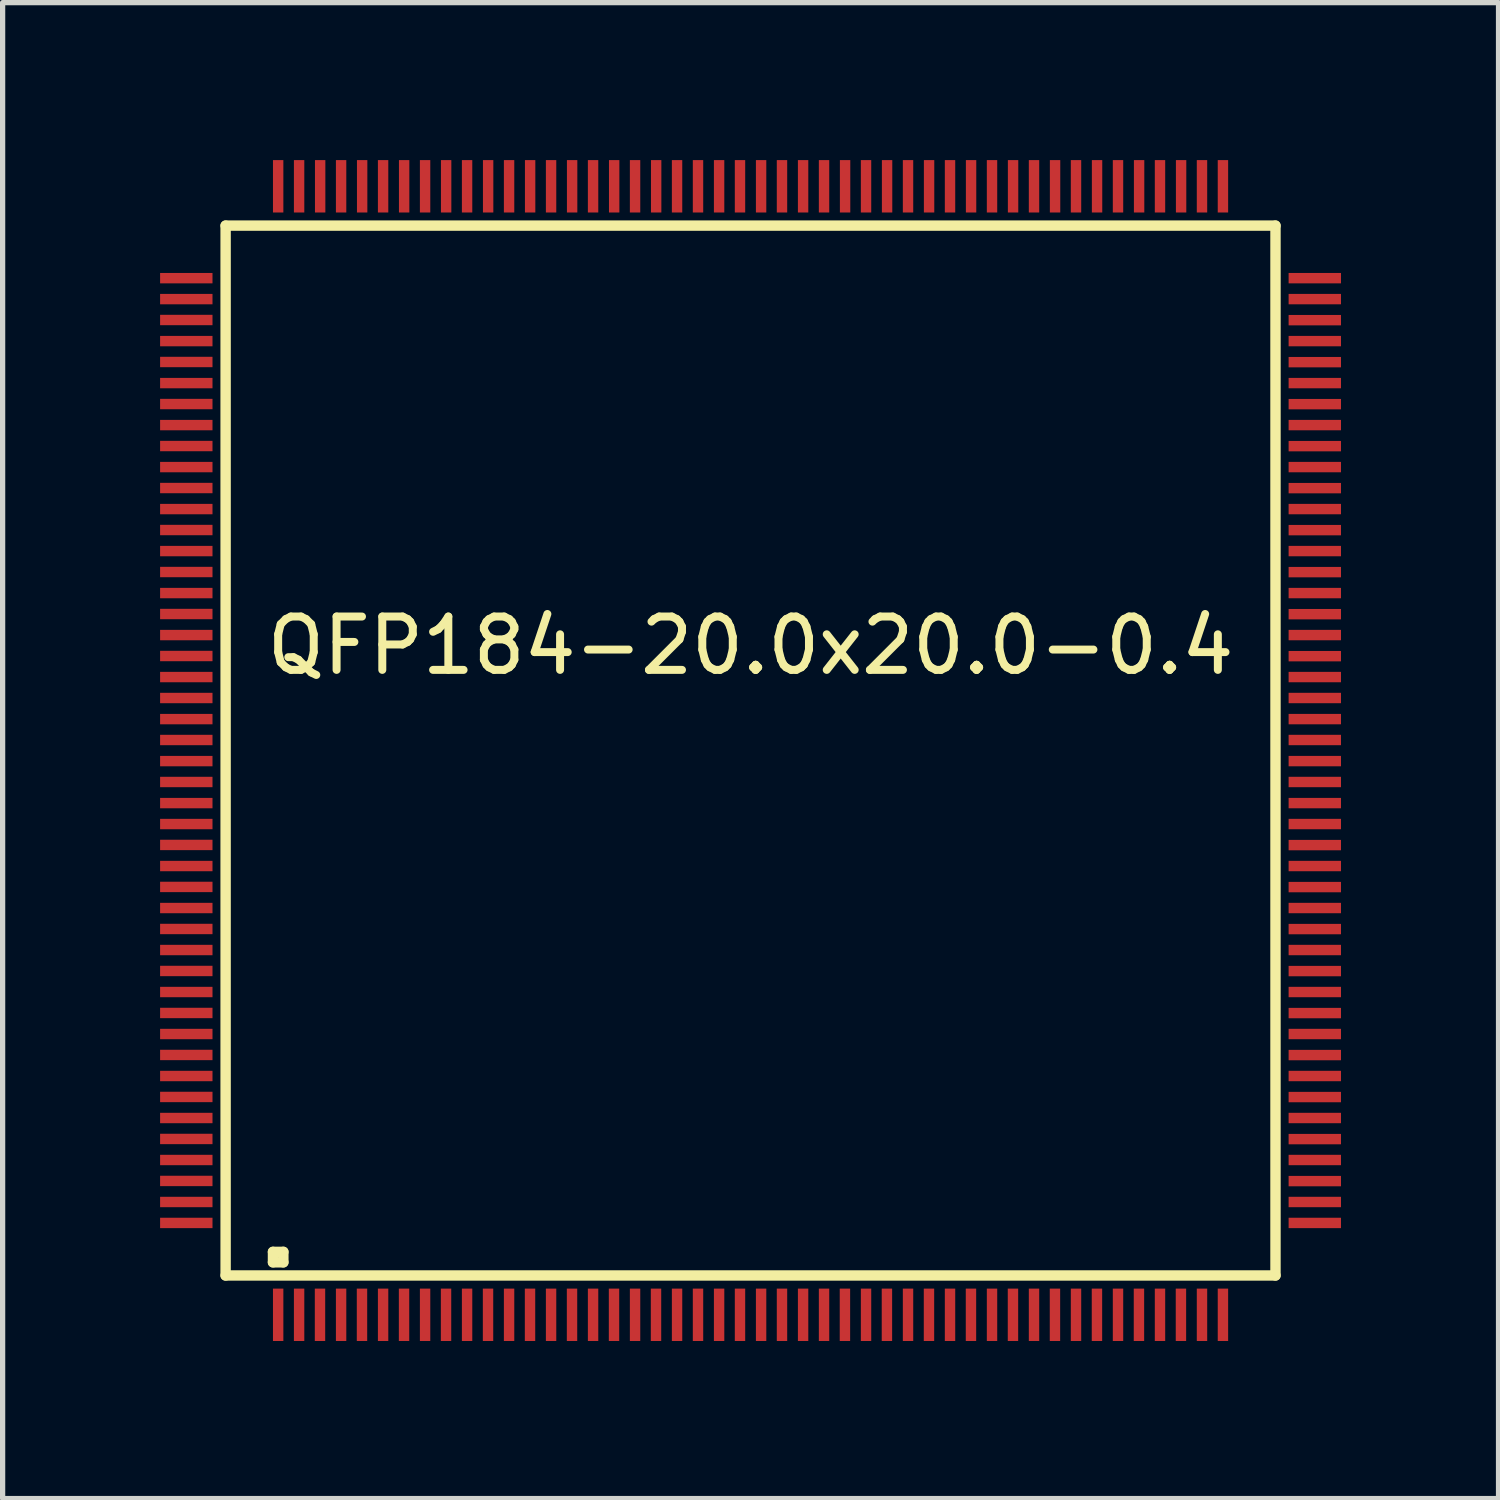
<source format=kicad_pcb>
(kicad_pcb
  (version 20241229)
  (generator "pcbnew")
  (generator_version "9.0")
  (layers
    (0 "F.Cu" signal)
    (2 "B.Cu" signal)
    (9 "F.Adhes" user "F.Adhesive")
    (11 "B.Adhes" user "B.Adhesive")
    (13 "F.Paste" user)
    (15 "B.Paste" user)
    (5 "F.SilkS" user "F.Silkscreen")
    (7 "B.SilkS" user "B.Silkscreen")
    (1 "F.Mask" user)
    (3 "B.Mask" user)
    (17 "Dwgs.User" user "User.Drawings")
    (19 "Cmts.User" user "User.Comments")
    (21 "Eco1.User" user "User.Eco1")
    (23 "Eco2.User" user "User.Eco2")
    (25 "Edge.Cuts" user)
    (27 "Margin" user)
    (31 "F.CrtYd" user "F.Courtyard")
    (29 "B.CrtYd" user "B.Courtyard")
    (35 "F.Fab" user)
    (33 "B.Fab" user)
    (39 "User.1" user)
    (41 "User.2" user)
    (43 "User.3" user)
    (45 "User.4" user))
  (footprint "QFP184-20.0x20.0-0.4"
    (layer "F.Cu")
    (at 11.248 11.248)
    (property "Reference" "QFP184-20.0x20.0-0.4" (at 0 -1.999 0) (layer "F.SilkS") (effects (font (size 1.016 1.016) (thickness 0.152))))
    (attr through_hole)
    (fp_line (start -10 -10) (end 10 -10) (stroke (width 0.198) (type solid)) (layer "F.SilkS"))
    (fp_line (start -10 10) (end -10 -10) (stroke (width 0.198) (type solid)) (layer "F.SilkS"))
    (fp_line (start -9.098 9.55) (end -8.9 9.55) (stroke (width 0.198) (type solid)) (layer "F.SilkS"))
    (fp_line (start -9.098 9.749) (end -9.098 9.55) (stroke (width 0.198) (type solid)) (layer "F.SilkS"))
    (fp_line (start -8.9 9.55) (end -8.9 9.749) (stroke (width 0.198) (type solid)) (layer "F.SilkS"))
    (fp_line (start -8.9 9.749) (end -9.098 9.749) (stroke (width 0.198) (type solid)) (layer "F.SilkS"))
    (fp_line (start 10 -10) (end 10 10) (stroke (width 0.198) (type solid)) (layer "F.SilkS"))
    (fp_line (start 10 10) (end -10 10) (stroke (width 0.198) (type solid)) (layer "F.SilkS"))
    (pad "1" smd rect (at -8.999 10.749) (size 0.198 0.998) (layers "*.Mask" "F.Cu"))
    (pad "2" smd rect (at -8.6 10.749) (size 0.198 0.998) (layers "*.Mask" "F.Cu"))
    (pad "3" smd rect (at -8.202 10.749) (size 0.198 0.998) (layers "*.Mask" "F.Cu"))
    (pad "4" smd rect (at -7.8 10.749) (size 0.198 0.998) (layers "*.Mask" "F.Cu"))
    (pad "5" smd rect (at -7.402 10.749) (size 0.198 0.998) (layers "*.Mask" "F.Cu"))
    (pad "6" smd rect (at -7 10.749) (size 0.198 0.998) (layers "*.Mask" "F.Cu"))
    (pad "7" smd rect (at -6.601 10.749) (size 0.198 0.998) (layers "*.Mask" "F.Cu"))
    (pad "8" smd rect (at -6.2 10.749) (size 0.198 0.998) (layers "*.Mask" "F.Cu"))
    (pad "9" smd rect (at -5.801 10.749) (size 0.198 0.998) (layers "*.Mask" "F.Cu"))
    (pad "10" smd rect (at -5.4 10.749) (size 0.198 0.998) (layers "*.Mask" "F.Cu"))
    (pad "11" smd rect (at -5.001 10.749) (size 0.198 0.998) (layers "*.Mask" "F.Cu"))
    (pad "12" smd rect (at -4.6 10.749) (size 0.198 0.998) (layers "*.Mask" "F.Cu"))
    (pad "13" smd rect (at -4.201 10.749) (size 0.198 0.998) (layers "*.Mask" "F.Cu"))
    (pad "14" smd rect (at -3.8 10.749) (size 0.198 0.998) (layers "*.Mask" "F.Cu"))
    (pad "15" smd rect (at -3.401 10.749) (size 0.198 0.998) (layers "*.Mask" "F.Cu"))
    (pad "16" smd rect (at -3 10.749) (size 0.198 0.998) (layers "*.Mask" "F.Cu"))
    (pad "17" smd rect (at -2.601 10.749) (size 0.198 0.998) (layers "*.Mask" "F.Cu"))
    (pad "18" smd rect (at -2.2 10.749) (size 0.198 0.998) (layers "*.Mask" "F.Cu"))
    (pad "19" smd rect (at -1.801 10.749) (size 0.198 0.998) (layers "*.Mask" "F.Cu"))
    (pad "20" smd rect (at -1.4 10.749) (size 0.198 0.998) (layers "*.Mask" "F.Cu"))
    (pad "21" smd rect (at -1.001 10.749) (size 0.198 0.998) (layers "*.Mask" "F.Cu"))
    (pad "22" smd rect (at -0.599 10.749) (size 0.198 0.998) (layers "*.Mask" "F.Cu"))
    (pad "23" smd rect (at -0.201 10.749) (size 0.198 0.998) (layers "*.Mask" "F.Cu"))
    (pad "24" smd rect (at 0.201 10.749) (size 0.198 0.998) (layers "*.Mask" "F.Cu"))
    (pad "25" smd rect (at 0.599 10.749) (size 0.198 0.998) (layers "*.Mask" "F.Cu"))
    (pad "26" smd rect (at 1.001 10.749) (size 0.198 0.998) (layers "*.Mask" "F.Cu"))
    (pad "27" smd rect (at 1.4 10.749) (size 0.198 0.998) (layers "*.Mask" "F.Cu"))
    (pad "28" smd rect (at 1.798 10.749) (size 0.198 0.998) (layers "*.Mask" "F.Cu"))
    (pad "29" smd rect (at 2.2 10.749) (size 0.198 0.998) (layers "*.Mask" "F.Cu"))
    (pad "30" smd rect (at 2.598 10.749) (size 0.198 0.998) (layers "*.Mask" "F.Cu"))
    (pad "31" smd rect (at 3 10.749) (size 0.198 0.998) (layers "*.Mask" "F.Cu"))
    (pad "32" smd rect (at 3.399 10.749) (size 0.198 0.998) (layers "*.Mask" "F.Cu"))
    (pad "33" smd rect (at 3.8 10.749) (size 0.198 0.998) (layers "*.Mask" "F.Cu"))
    (pad "34" smd rect (at 4.199 10.749) (size 0.198 0.998) (layers "*.Mask" "F.Cu"))
    (pad "35" smd rect (at 4.6 10.749) (size 0.198 0.998) (layers "*.Mask" "F.Cu"))
    (pad "36" smd rect (at 4.999 10.749) (size 0.198 0.998) (layers "*.Mask" "F.Cu"))
    (pad "37" smd rect (at 5.4 10.749) (size 0.198 0.998) (layers "*.Mask" "F.Cu"))
    (pad "38" smd rect (at 5.799 10.749) (size 0.198 0.998) (layers "*.Mask" "F.Cu"))
    (pad "39" smd rect (at 6.2 10.749) (size 0.198 0.998) (layers "*.Mask" "F.Cu"))
    (pad "40" smd rect (at 6.599 10.749) (size 0.198 0.998) (layers "*.Mask" "F.Cu"))
    (pad "41" smd rect (at 7 10.749) (size 0.198 0.998) (layers "*.Mask" "F.Cu"))
    (pad "42" smd rect (at 7.399 10.749) (size 0.198 0.998) (layers "*.Mask" "F.Cu"))
    (pad "43" smd rect (at 7.8 10.749) (size 0.198 0.998) (layers "*.Mask" "F.Cu"))
    (pad "44" smd rect (at 8.199 10.749) (size 0.198 0.998) (layers "*.Mask" "F.Cu"))
    (pad "45" smd rect (at 8.6 10.749) (size 0.198 0.998) (layers "*.Mask" "F.Cu"))
    (pad "46" smd rect (at 8.999 10.749) (size 0.198 0.998) (layers "*.Mask" "F.Cu"))
    (pad "47" smd rect (at 10.749 8.999 90) (size 0.198 0.998) (layers "*.Mask" "F.Cu"))
    (pad "48" smd rect (at 10.749 8.6 90) (size 0.198 0.998) (layers "*.Mask" "F.Cu"))
    (pad "49" smd rect (at 10.749 8.202 90) (size 0.198 0.998) (layers "*.Mask" "F.Cu"))
    (pad "50" smd rect (at 10.749 7.8 90) (size 0.198 0.998) (layers "*.Mask" "F.Cu"))
    (pad "51" smd rect (at 10.749 7.402 90) (size 0.198 0.998) (layers "*.Mask" "F.Cu"))
    (pad "52" smd rect (at 10.749 7 90) (size 0.198 0.998) (layers "*.Mask" "F.Cu"))
    (pad "53" smd rect (at 10.749 6.601 90) (size 0.198 0.998) (layers "*.Mask" "F.Cu"))
    (pad "54" smd rect (at 10.749 6.2 90) (size 0.198 0.998) (layers "*.Mask" "F.Cu"))
    (pad "55" smd rect (at 10.749 5.801 90) (size 0.198 0.998) (layers "*.Mask" "F.Cu"))
    (pad "56" smd rect (at 10.749 5.4 90) (size 0.198 0.998) (layers "*.Mask" "F.Cu"))
    (pad "57" smd rect (at 10.749 5.001 90) (size 0.198 0.998) (layers "*.Mask" "F.Cu"))
    (pad "58" smd rect (at 10.749 4.6 90) (size 0.198 0.998) (layers "*.Mask" "F.Cu"))
    (pad "59" smd rect (at 10.749 4.201 90) (size 0.198 0.998) (layers "*.Mask" "F.Cu"))
    (pad "60" smd rect (at 10.749 3.8 90) (size 0.198 0.998) (layers "*.Mask" "F.Cu"))
    (pad "61" smd rect (at 10.749 3.401 90) (size 0.198 0.998) (layers "*.Mask" "F.Cu"))
    (pad "62" smd rect (at 10.749 3 90) (size 0.198 0.998) (layers "*.Mask" "F.Cu"))
    (pad "63" smd rect (at 10.749 2.601 90) (size 0.198 0.998) (layers "*.Mask" "F.Cu"))
    (pad "64" smd rect (at 10.749 2.2 90) (size 0.198 0.998) (layers "*.Mask" "F.Cu"))
    (pad "65" smd rect (at 10.749 1.801 90) (size 0.198 0.998) (layers "*.Mask" "F.Cu"))
    (pad "66" smd rect (at 10.749 1.4 90) (size 0.198 0.998) (layers "*.Mask" "F.Cu"))
    (pad "67" smd rect (at 10.749 1.001 90) (size 0.198 0.998) (layers "*.Mask" "F.Cu"))
    (pad "68" smd rect (at 10.749 0.599 90) (size 0.198 0.998) (layers "*.Mask" "F.Cu"))
    (pad "69" smd rect (at 10.749 0.201 90) (size 0.198 0.998) (layers "*.Mask" "F.Cu"))
    (pad "70" smd rect (at 10.749 -0.201 90) (size 0.198 0.998) (layers "*.Mask" "F.Cu"))
    (pad "71" smd rect (at 10.749 -0.599 90) (size 0.198 0.998) (layers "*.Mask" "F.Cu"))
    (pad "72" smd rect (at 10.749 -1.001 90) (size 0.198 0.998) (layers "*.Mask" "F.Cu"))
    (pad "73" smd rect (at 10.749 -1.4 90) (size 0.198 0.998) (layers "*.Mask" "F.Cu"))
    (pad "74" smd rect (at 10.749 -1.798 90) (size 0.198 0.998) (layers "*.Mask" "F.Cu"))
    (pad "75" smd rect (at 10.749 -2.2 90) (size 0.198 0.998) (layers "*.Mask" "F.Cu"))
    (pad "76" smd rect (at 10.749 -2.598 90) (size 0.198 0.998) (layers "*.Mask" "F.Cu"))
    (pad "77" smd rect (at 10.749 -3 90) (size 0.198 0.998) (layers "*.Mask" "F.Cu"))
    (pad "78" smd rect (at 10.749 -3.399 90) (size 0.198 0.998) (layers "*.Mask" "F.Cu"))
    (pad "79" smd rect (at 10.749 -3.8 90) (size 0.198 0.998) (layers "*.Mask" "F.Cu"))
    (pad "80" smd rect (at 10.749 -4.199 90) (size 0.198 0.998) (layers "*.Mask" "F.Cu"))
    (pad "81" smd rect (at 10.749 -4.6 90) (size 0.198 0.998) (layers "*.Mask" "F.Cu"))
    (pad "82" smd rect (at 10.749 -4.999 90) (size 0.198 0.998) (layers "*.Mask" "F.Cu"))
    (pad "83" smd rect (at 10.749 -5.4 90) (size 0.198 0.998) (layers "*.Mask" "F.Cu"))
    (pad "84" smd rect (at 10.749 -5.799 90) (size 0.198 0.998) (layers "*.Mask" "F.Cu"))
    (pad "85" smd rect (at 10.749 -6.2 90) (size 0.198 0.998) (layers "*.Mask" "F.Cu"))
    (pad "86" smd rect (at 10.749 -6.599 90) (size 0.198 0.998) (layers "*.Mask" "F.Cu"))
    (pad "87" smd rect (at 10.749 -7 90) (size 0.198 0.998) (layers "*.Mask" "F.Cu"))
    (pad "88" smd rect (at 10.749 -7.399 90) (size 0.198 0.998) (layers "*.Mask" "F.Cu"))
    (pad "89" smd rect (at 10.749 -7.8 90) (size 0.198 0.998) (layers "*.Mask" "F.Cu"))
    (pad "90" smd rect (at 10.749 -8.199 90) (size 0.198 0.998) (layers "*.Mask" "F.Cu"))
    (pad "91" smd rect (at 10.749 -8.6 90) (size 0.198 0.998) (layers "*.Mask" "F.Cu"))
    (pad "92" smd rect (at 10.749 -8.999 90) (size 0.198 0.998) (layers "*.Mask" "F.Cu"))
    (pad "93" smd rect (at 8.999 -10.749) (size 0.198 0.998) (layers "*.Mask" "F.Cu"))
    (pad "94" smd rect (at 8.6 -10.749) (size 0.198 0.998) (layers "*.Mask" "F.Cu"))
    (pad "95" smd rect (at 8.202 -10.749) (size 0.198 0.998) (layers "*.Mask" "F.Cu"))
    (pad "96" smd rect (at 7.8 -10.749) (size 0.198 0.998) (layers "*.Mask" "F.Cu"))
    (pad "97" smd rect (at 7.402 -10.749) (size 0.198 0.998) (layers "*.Mask" "F.Cu"))
    (pad "98" smd rect (at 7 -10.749) (size 0.198 0.998) (layers "*.Mask" "F.Cu"))
    (pad "99" smd rect (at 6.601 -10.749) (size 0.198 0.998) (layers "*.Mask" "F.Cu"))
    (pad "100" smd rect (at 6.2 -10.749) (size 0.198 0.998) (layers "*.Mask" "F.Cu"))
    (pad "101" smd rect (at 5.801 -10.749) (size 0.198 0.998) (layers "*.Mask" "F.Cu"))
    (pad "102" smd rect (at 5.4 -10.749) (size 0.198 0.998) (layers "*.Mask" "F.Cu"))
    (pad "103" smd rect (at 5.001 -10.749) (size 0.198 0.998) (layers "*.Mask" "F.Cu"))
    (pad "104" smd rect (at 4.6 -10.749) (size 0.198 0.998) (layers "*.Mask" "F.Cu"))
    (pad "105" smd rect (at 4.201 -10.749) (size 0.198 0.998) (layers "*.Mask" "F.Cu"))
    (pad "106" smd rect (at 3.8 -10.749) (size 0.198 0.998) (layers "*.Mask" "F.Cu"))
    (pad "107" smd rect (at 3.401 -10.749) (size 0.198 0.998) (layers "*.Mask" "F.Cu"))
    (pad "108" smd rect (at 3 -10.749) (size 0.198 0.998) (layers "*.Mask" "F.Cu"))
    (pad "109" smd rect (at 2.601 -10.749) (size 0.198 0.998) (layers "*.Mask" "F.Cu"))
    (pad "110" smd rect (at 2.2 -10.749) (size 0.198 0.998) (layers "*.Mask" "F.Cu"))
    (pad "111" smd rect (at 1.801 -10.749) (size 0.198 0.998) (layers "*.Mask" "F.Cu"))
    (pad "112" smd rect (at 1.4 -10.749) (size 0.198 0.998) (layers "*.Mask" "F.Cu"))
    (pad "113" smd rect (at 1.001 -10.749) (size 0.198 0.998) (layers "*.Mask" "F.Cu"))
    (pad "114" smd rect (at 0.599 -10.749) (size 0.198 0.998) (layers "*.Mask" "F.Cu"))
    (pad "115" smd rect (at 0.201 -10.749) (size 0.198 0.998) (layers "*.Mask" "F.Cu"))
    (pad "116" smd rect (at -0.201 -10.749) (size 0.198 0.998) (layers "*.Mask" "F.Cu"))
    (pad "117" smd rect (at -0.599 -10.749) (size 0.198 0.998) (layers "*.Mask" "F.Cu"))
    (pad "118" smd rect (at -1.001 -10.749) (size 0.198 0.998) (layers "*.Mask" "F.Cu"))
    (pad "119" smd rect (at -1.4 -10.749) (size 0.198 0.998) (layers "*.Mask" "F.Cu"))
    (pad "120" smd rect (at -1.798 -10.749) (size 0.198 0.998) (layers "*.Mask" "F.Cu"))
    (pad "121" smd rect (at -2.2 -10.749) (size 0.198 0.998) (layers "*.Mask" "F.Cu"))
    (pad "122" smd rect (at -2.598 -10.749) (size 0.198 0.998) (layers "*.Mask" "F.Cu"))
    (pad "123" smd rect (at -3 -10.749) (size 0.198 0.998) (layers "*.Mask" "F.Cu"))
    (pad "124" smd rect (at -3.399 -10.749) (size 0.198 0.998) (layers "*.Mask" "F.Cu"))
    (pad "125" smd rect (at -3.8 -10.749) (size 0.198 0.998) (layers "*.Mask" "F.Cu"))
    (pad "126" smd rect (at -4.199 -10.749) (size 0.198 0.998) (layers "*.Mask" "F.Cu"))
    (pad "127" smd rect (at -4.6 -10.749) (size 0.198 0.998) (layers "*.Mask" "F.Cu"))
    (pad "128" smd rect (at -4.999 -10.749) (size 0.198 0.998) (layers "*.Mask" "F.Cu"))
    (pad "129" smd rect (at -5.4 -10.749) (size 0.198 0.998) (layers "*.Mask" "F.Cu"))
    (pad "130" smd rect (at -5.799 -10.749) (size 0.198 0.998) (layers "*.Mask" "F.Cu"))
    (pad "131" smd rect (at -6.2 -10.749) (size 0.198 0.998) (layers "*.Mask" "F.Cu"))
    (pad "132" smd rect (at -6.599 -10.749) (size 0.198 0.998) (layers "*.Mask" "F.Cu"))
    (pad "133" smd rect (at -7 -10.749) (size 0.198 0.998) (layers "*.Mask" "F.Cu"))
    (pad "134" smd rect (at -7.399 -10.749) (size 0.198 0.998) (layers "*.Mask" "F.Cu"))
    (pad "135" smd rect (at -7.8 -10.749) (size 0.198 0.998) (layers "*.Mask" "F.Cu"))
    (pad "136" smd rect (at -8.199 -10.749) (size 0.198 0.998) (layers "*.Mask" "F.Cu"))
    (pad "137" smd rect (at -8.6 -10.749) (size 0.198 0.998) (layers "*.Mask" "F.Cu"))
    (pad "138" smd rect (at -8.999 -10.749) (size 0.198 0.998) (layers "*.Mask" "F.Cu"))
    (pad "139" smd rect (at -10.749 -8.999 90) (size 0.198 0.998) (layers "*.Mask" "F.Cu"))
    (pad "140" smd rect (at -10.749 -8.6 90) (size 0.198 0.998) (layers "*.Mask" "F.Cu"))
    (pad "141" smd rect (at -10.749 -8.202 90) (size 0.198 0.998) (layers "*.Mask" "F.Cu"))
    (pad "142" smd rect (at -10.749 -7.8 90) (size 0.198 0.998) (layers "*.Mask" "F.Cu"))
    (pad "143" smd rect (at -10.749 -7.402 90) (size 0.198 0.998) (layers "*.Mask" "F.Cu"))
    (pad "144" smd rect (at -10.749 -7 90) (size 0.198 0.998) (layers "*.Mask" "F.Cu"))
    (pad "145" smd rect (at -10.749 -6.601 90) (size 0.198 0.998) (layers "*.Mask" "F.Cu"))
    (pad "146" smd rect (at -10.749 -6.2 90) (size 0.198 0.998) (layers "*.Mask" "F.Cu"))
    (pad "147" smd rect (at -10.749 -5.801 90) (size 0.198 0.998) (layers "*.Mask" "F.Cu"))
    (pad "148" smd rect (at -10.749 -5.4 90) (size 0.198 0.998) (layers "*.Mask" "F.Cu"))
    (pad "149" smd rect (at -10.749 -5.001 90) (size 0.198 0.998) (layers "*.Mask" "F.Cu"))
    (pad "150" smd rect (at -10.749 -4.6 90) (size 0.198 0.998) (layers "*.Mask" "F.Cu"))
    (pad "151" smd rect (at -10.749 -4.201 90) (size 0.198 0.998) (layers "*.Mask" "F.Cu"))
    (pad "152" smd rect (at -10.749 -3.8 90) (size 0.198 0.998) (layers "*.Mask" "F.Cu"))
    (pad "153" smd rect (at -10.749 -3.401 90) (size 0.198 0.998) (layers "*.Mask" "F.Cu"))
    (pad "154" smd rect (at -10.749 -3 90) (size 0.198 0.998) (layers "*.Mask" "F.Cu"))
    (pad "155" smd rect (at -10.749 -2.601 90) (size 0.198 0.998) (layers "*.Mask" "F.Cu"))
    (pad "156" smd rect (at -10.749 -2.2 90) (size 0.198 0.998) (layers "*.Mask" "F.Cu"))
    (pad "157" smd rect (at -10.749 -1.801 90) (size 0.198 0.998) (layers "*.Mask" "F.Cu"))
    (pad "158" smd rect (at -10.749 -1.4 90) (size 0.198 0.998) (layers "*.Mask" "F.Cu"))
    (pad "159" smd rect (at -10.749 -1.001 90) (size 0.198 0.998) (layers "*.Mask" "F.Cu"))
    (pad "160" smd rect (at -10.749 -0.599 90) (size 0.198 0.998) (layers "*.Mask" "F.Cu"))
    (pad "161" smd rect (at -10.749 -0.201 90) (size 0.198 0.998) (layers "*.Mask" "F.Cu"))
    (pad "162" smd rect (at -10.749 0.201 90) (size 0.198 0.998) (layers "*.Mask" "F.Cu"))
    (pad "163" smd rect (at -10.749 0.599 90) (size 0.198 0.998) (layers "*.Mask" "F.Cu"))
    (pad "164" smd rect (at -10.749 1.001 90) (size 0.198 0.998) (layers "*.Mask" "F.Cu"))
    (pad "165" smd rect (at -10.749 1.4 90) (size 0.198 0.998) (layers "*.Mask" "F.Cu"))
    (pad "166" smd rect (at -10.749 1.798 90) (size 0.198 0.998) (layers "*.Mask" "F.Cu"))
    (pad "167" smd rect (at -10.749 2.2 90) (size 0.198 0.998) (layers "*.Mask" "F.Cu"))
    (pad "168" smd rect (at -10.749 2.598 90) (size 0.198 0.998) (layers "*.Mask" "F.Cu"))
    (pad "169" smd rect (at -10.749 3 90) (size 0.198 0.998) (layers "*.Mask" "F.Cu"))
    (pad "170" smd rect (at -10.749 3.399 90) (size 0.198 0.998) (layers "*.Mask" "F.Cu"))
    (pad "171" smd rect (at -10.749 3.8 90) (size 0.198 0.998) (layers "*.Mask" "F.Cu"))
    (pad "172" smd rect (at -10.749 4.199 90) (size 0.198 0.998) (layers "*.Mask" "F.Cu"))
    (pad "173" smd rect (at -10.749 4.6 90) (size 0.198 0.998) (layers "*.Mask" "F.Cu"))
    (pad "174" smd rect (at -10.749 4.999 90) (size 0.198 0.998) (layers "*.Mask" "F.Cu"))
    (pad "175" smd rect (at -10.749 5.4 90) (size 0.198 0.998) (layers "*.Mask" "F.Cu"))
    (pad "176" smd rect (at -10.749 5.799 90) (size 0.198 0.998) (layers "*.Mask" "F.Cu"))
    (pad "177" smd rect (at -10.749 6.2 90) (size 0.198 0.998) (layers "*.Mask" "F.Cu"))
    (pad "178" smd rect (at -10.749 6.599 90) (size 0.198 0.998) (layers "*.Mask" "F.Cu"))
    (pad "179" smd rect (at -10.749 7 90) (size 0.198 0.998) (layers "*.Mask" "F.Cu"))
    (pad "180" smd rect (at -10.749 7.399 90) (size 0.198 0.998) (layers "*.Mask" "F.Cu"))
    (pad "181" smd rect (at -10.749 7.8 90) (size 0.198 0.998) (layers "*.Mask" "F.Cu"))
    (pad "182" smd rect (at -10.749 8.199 90) (size 0.198 0.998) (layers "*.Mask" "F.Cu"))
    (pad "183" smd rect (at -10.749 8.6 90) (size 0.198 0.998) (layers "*.Mask" "F.Cu"))
    (pad "184" smd rect (at -10.749 8.999 90) (size 0.198 0.998) (layers "*.Mask" "F.Cu")))
  (gr_rect
    (start -3 -3)
    (end 25.497 25.497)
    (stroke (width 0.1) (type default))
    (fill no)
    (layer "Edge.Cuts")))
</source>
